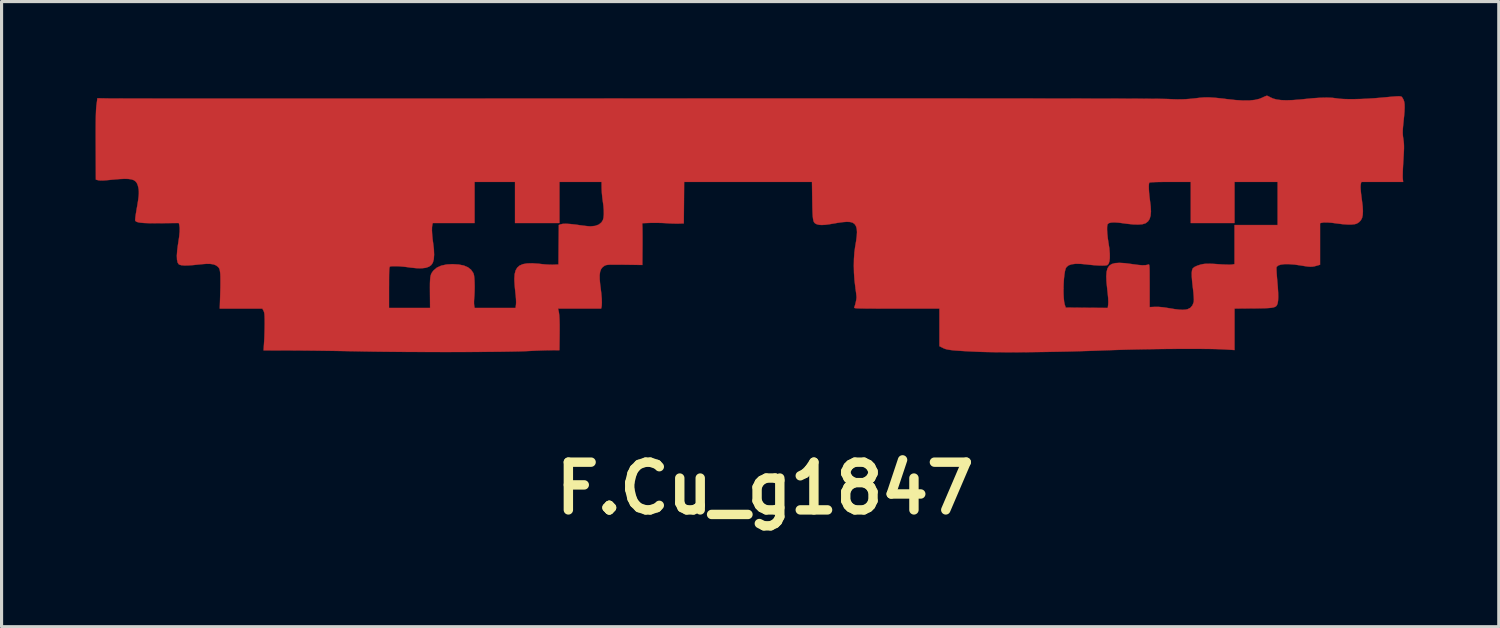
<source format=kicad_pcb>
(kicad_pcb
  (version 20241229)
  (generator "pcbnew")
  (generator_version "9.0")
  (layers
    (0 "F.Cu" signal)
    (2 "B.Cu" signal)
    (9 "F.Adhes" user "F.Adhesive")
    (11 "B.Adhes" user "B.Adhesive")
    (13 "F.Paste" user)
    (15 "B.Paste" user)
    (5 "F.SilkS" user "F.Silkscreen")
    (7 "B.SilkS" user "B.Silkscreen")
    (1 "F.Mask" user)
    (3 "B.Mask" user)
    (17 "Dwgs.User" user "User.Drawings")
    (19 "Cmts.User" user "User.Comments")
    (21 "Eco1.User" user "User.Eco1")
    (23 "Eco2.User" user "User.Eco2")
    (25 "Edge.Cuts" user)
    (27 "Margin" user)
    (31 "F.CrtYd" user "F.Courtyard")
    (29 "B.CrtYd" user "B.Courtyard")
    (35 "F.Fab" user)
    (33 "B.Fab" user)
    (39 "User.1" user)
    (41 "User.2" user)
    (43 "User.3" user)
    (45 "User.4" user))
  (footprint "F.Cu_g1847"
    (layer "F.Cu")
    (at 21.369 12.536)
    (property "Reference" "F.Cu_g1847" (at 0 0 0) (layer "F.SilkS") (effects (font (size 1.524 1.524) (thickness 0.3))))
    (attr through_hole)
    (fp_poly (pts (xy 16.05 -12.521) (xy 16.101 -12.496) (xy 16.119 -12.485) (xy 16.215 -12.441) (xy 16.331 -12.409) (xy 16.472 -12.391) (xy 16.641 -12.385) (xy 16.841 -12.391) (xy 17.076 -12.409) (xy 17.24 -12.426) (xy 17.496 -12.451) (xy 17.728 -12.466) (xy 17.932 -12.47) (xy 18.105 -12.464) (xy 18.241 -12.447) (xy 18.246 -12.446) (xy 18.344 -12.433) (xy 18.478 -12.425) (xy 18.641 -12.421) (xy 18.828 -12.422) (xy 19.031 -12.427) (xy 19.245 -12.437) (xy 19.464 -12.451) (xy 19.622 -12.464) (xy 19.809 -12.481) (xy 19.959 -12.495) (xy 20.075 -12.505) (xy 20.163 -12.511) (xy 20.228 -12.513) (xy 20.272 -12.511) (xy 20.302 -12.506) (xy 20.321 -12.496) (xy 20.334 -12.482) (xy 20.346 -12.464) (xy 20.355 -12.45) (xy 20.383 -12.398) (xy 20.403 -12.336) (xy 20.414 -12.258) (xy 20.416 -12.158) (xy 20.411 -12.031) (xy 20.398 -11.872) (xy 20.386 -11.758) (xy 20.371 -11.614) (xy 20.361 -11.503) (xy 20.356 -11.417) (xy 20.355 -11.345) (xy 20.358 -11.28) (xy 20.365 -11.212) (xy 20.375 -11.147) (xy 20.385 -11.072) (xy 20.392 -11.003) (xy 20.395 -10.93) (xy 20.395 -10.846) (xy 20.391 -10.743) (xy 20.384 -10.612) (xy 20.375 -10.47) (xy 20.367 -10.326) (xy 20.36 -10.189) (xy 20.356 -10.068) (xy 20.354 -9.97) (xy 20.355 -9.904) (xy 20.356 -9.89) (xy 20.368 -9.779) (xy 19.034 -9.779) (xy 19.021 -9.731) (xy 19.012 -9.681) (xy 19.009 -9.617) (xy 19.013 -9.532) (xy 19.023 -9.421) (xy 19.041 -9.277) (xy 19.053 -9.186) (xy 19.076 -8.999) (xy 19.084 -8.847) (xy 19.078 -8.725) (xy 19.057 -8.63) (xy 19.018 -8.555) (xy 18.961 -8.495) (xy 18.891 -8.45) (xy 18.824 -8.43) (xy 18.723 -8.42) (xy 18.593 -8.42) (xy 18.442 -8.43) (xy 18.275 -8.451) (xy 18.251 -8.454) (xy 18.084 -8.476) (xy 17.941 -8.486) (xy 17.829 -8.485) (xy 17.764 -8.474) (xy 17.716 -8.462) (xy 17.716 -7.136) (xy 17.602 -7.103) (xy 17.535 -7.085) (xy 17.474 -7.075) (xy 17.411 -7.072) (xy 17.334 -7.077) (xy 17.236 -7.091) (xy 17.106 -7.112) (xy 17.094 -7.114) (xy 16.899 -7.142) (xy 16.726 -7.155) (xy 16.58 -7.155) (xy 16.463 -7.14) (xy 16.379 -7.111) (xy 16.332 -7.069) (xy 16.327 -7.058) (xy 16.324 -7.026) (xy 16.326 -6.96) (xy 16.331 -6.866) (xy 16.339 -6.754) (xy 16.348 -6.649) (xy 16.367 -6.43) (xy 16.378 -6.25) (xy 16.381 -6.105) (xy 16.376 -5.993) (xy 16.363 -5.91) (xy 16.355 -5.884) (xy 16.339 -5.846) (xy 16.316 -5.815) (xy 16.281 -5.792) (xy 16.231 -5.774) (xy 16.159 -5.761) (xy 16.063 -5.753) (xy 15.936 -5.747) (xy 15.776 -5.744) (xy 15.642 -5.743) (xy 15.494 -5.742) (xy 15.357 -5.741) (xy 15.237 -5.74) (xy 15.142 -5.739) (xy 15.077 -5.738) (xy 15.055 -5.738) (xy 14.986 -5.736) (xy 14.986 -4.413) (xy 14.706 -4.431) (xy 14.569 -4.438) (xy 14.394 -4.444) (xy 14.187 -4.448) (xy 13.95 -4.45) (xy 13.688 -4.451) (xy 13.407 -4.451) (xy 13.11 -4.45) (xy 12.802 -4.448) (xy 12.487 -4.444) (xy 12.17 -4.439) (xy 11.856 -4.433) (xy 11.548 -4.426) (xy 11.251 -4.417) (xy 10.97 -4.408) (xy 10.858 -4.404) (xy 10.492 -4.39) (xy 10.117 -4.379) (xy 9.738 -4.368) (xy 9.36 -4.36) (xy 8.986 -4.353) (xy 8.622 -4.348) (xy 8.271 -4.344) (xy 7.939 -4.342) (xy 7.628 -4.343) (xy 7.345 -4.345) (xy 7.092 -4.349) (xy 6.875 -4.355) (xy 6.773 -4.359) (xy 6.543 -4.37) (xy 6.351 -4.38) (xy 6.192 -4.39) (xy 6.063 -4.399) (xy 5.96 -4.41) (xy 5.877 -4.421) (xy 5.811 -4.433) (xy 5.758 -4.447) (xy 5.713 -4.464) (xy 5.679 -4.48) (xy 5.567 -4.537) (xy 5.567 -5.736) (xy 4.199 -5.736) (xy 3.925 -5.736) (xy 3.69 -5.736) (xy 3.491 -5.737) (xy 3.326 -5.738) (xy 3.191 -5.739) (xy 3.083 -5.74) (xy 3 -5.743) (xy 2.939 -5.745) (xy 2.895 -5.749) (xy 2.868 -5.753) (xy 2.852 -5.758) (xy 2.846 -5.765) (xy 2.847 -5.772) (xy 2.848 -5.773) (xy 2.874 -5.85) (xy 2.898 -5.943) (xy 2.915 -6.033) (xy 2.921 -6.095) (xy 2.918 -6.144) (xy 2.909 -6.224) (xy 2.896 -6.325) (xy 2.89 -6.373) (xy 9.527 -6.373) (xy 9.528 -6.218) (xy 9.535 -6.075) (xy 9.547 -5.954) (xy 9.566 -5.864) (xy 9.57 -5.853) (xy 9.599 -5.768) (xy 10.27 -5.762) (xy 10.94 -5.757) (xy 10.955 -5.873) (xy 10.958 -5.952) (xy 10.953 -6.07) (xy 10.939 -6.223) (xy 10.922 -6.372) (xy 10.9 -6.588) (xy 10.893 -6.766) (xy 10.903 -6.91) (xy 10.933 -7.021) (xy 10.986 -7.102) (xy 11.065 -7.157) (xy 11.173 -7.187) (xy 11.312 -7.196) (xy 11.485 -7.186) (xy 11.694 -7.159) (xy 11.742 -7.152) (xy 11.907 -7.13) (xy 12.036 -7.119) (xy 12.137 -7.121) (xy 12.213 -7.135) (xy 12.24 -7.144) (xy 12.25 -7.146) (xy 12.258 -7.14) (xy 12.264 -7.122) (xy 12.269 -7.087) (xy 12.272 -7.033) (xy 12.275 -6.953) (xy 12.276 -6.845) (xy 12.276 -6.705) (xy 12.277 -6.527) (xy 12.277 -6.471) (xy 12.277 -5.783) (xy 12.441 -5.791) (xy 12.562 -5.791) (xy 12.707 -5.778) (xy 12.883 -5.751) (xy 12.89 -5.75) (xy 13.07 -5.72) (xy 13.214 -5.703) (xy 13.33 -5.697) (xy 13.423 -5.703) (xy 13.487 -5.716) (xy 13.576 -5.761) (xy 13.643 -5.839) (xy 13.682 -5.94) (xy 13.686 -5.961) (xy 13.689 -6.027) (xy 13.684 -6.129) (xy 13.673 -6.262) (xy 13.654 -6.423) (xy 13.653 -6.431) (xy 13.633 -6.614) (xy 13.622 -6.759) (xy 13.62 -6.871) (xy 13.629 -6.952) (xy 13.647 -7.007) (xy 13.658 -7.024) (xy 13.712 -7.066) (xy 13.798 -7.106) (xy 13.903 -7.14) (xy 13.971 -7.155) (xy 14.039 -7.164) (xy 14.117 -7.168) (xy 14.215 -7.167) (xy 14.339 -7.162) (xy 14.468 -7.153) (xy 14.594 -7.145) (xy 14.71 -7.14) (xy 14.808 -7.138) (xy 14.879 -7.139) (xy 14.908 -7.142) (xy 14.986 -7.156) (xy 14.986 -8.403) (xy 16.362 -8.403) (xy 16.362 -9.779) (xy 14.986 -9.779) (xy 14.986 -8.467) (xy 13.589 -8.467) (xy 13.589 -9.779) (xy 12.934 -9.779) (xy 12.735 -9.779) (xy 12.575 -9.777) (xy 12.451 -9.774) (xy 12.361 -9.77) (xy 12.302 -9.765) (xy 12.27 -9.758) (xy 12.264 -9.754) (xy 12.254 -9.714) (xy 12.25 -9.641) (xy 12.252 -9.543) (xy 12.259 -9.429) (xy 12.271 -9.307) (xy 12.286 -9.192) (xy 12.31 -8.994) (xy 12.318 -8.831) (xy 12.306 -8.7) (xy 12.276 -8.598) (xy 12.226 -8.521) (xy 12.156 -8.466) (xy 12.139 -8.457) (xy 12.05 -8.43) (xy 11.924 -8.419) (xy 11.765 -8.422) (xy 11.575 -8.441) (xy 11.478 -8.454) (xy 11.297 -8.478) (xy 11.154 -8.488) (xy 11.048 -8.483) (xy 10.975 -8.464) (xy 10.936 -8.43) (xy 10.93 -8.417) (xy 10.919 -8.349) (xy 10.918 -8.248) (xy 10.925 -8.123) (xy 10.94 -7.983) (xy 10.962 -7.837) (xy 10.963 -7.833) (xy 10.991 -7.651) (xy 11.004 -7.49) (xy 11.005 -7.352) (xy 10.992 -7.243) (xy 10.966 -7.166) (xy 10.927 -7.125) (xy 10.919 -7.122) (xy 10.859 -7.112) (xy 10.766 -7.109) (xy 10.645 -7.112) (xy 10.507 -7.121) (xy 10.358 -7.135) (xy 10.277 -7.145) (xy 10.077 -7.164) (xy 9.913 -7.166) (xy 9.785 -7.15) (xy 9.689 -7.116) (xy 9.625 -7.063) (xy 9.598 -7.018) (xy 9.575 -6.937) (xy 9.556 -6.823) (xy 9.541 -6.685) (xy 9.532 -6.532) (xy 9.527 -6.373) (xy 2.89 -6.373) (xy 2.881 -6.436) (xy 2.879 -6.452) (xy 2.855 -6.656) (xy 2.84 -6.877) (xy 2.835 -7.103) (xy 2.839 -7.324) (xy 2.853 -7.526) (xy 2.876 -7.7) (xy 2.877 -7.706) (xy 2.909 -7.897) (xy 2.929 -8.053) (xy 2.936 -8.178) (xy 2.929 -8.277) (xy 2.909 -8.353) (xy 2.876 -8.414) (xy 2.846 -8.446) (xy 2.792 -8.481) (xy 2.714 -8.501) (xy 2.611 -8.506) (xy 2.476 -8.496) (xy 2.308 -8.472) (xy 2.23 -8.458) (xy 2.058 -8.429) (xy 1.921 -8.411) (xy 1.813 -8.405) (xy 1.728 -8.41) (xy 1.66 -8.426) (xy 1.643 -8.433) (xy 1.609 -8.449) (xy 1.582 -8.471) (xy 1.56 -8.501) (xy 1.544 -8.546) (xy 1.532 -8.61) (xy 1.523 -8.696) (xy 1.517 -8.81) (xy 1.512 -8.956) (xy 1.509 -9.138) (xy 1.508 -9.192) (xy 1.499 -9.779) (xy -2.582 -9.779) (xy -2.587 -9.118) (xy -2.593 -8.456) (xy -2.738 -8.45) (xy -2.82 -8.449) (xy -2.928 -8.451) (xy -3.048 -8.456) (xy -3.14 -8.462) (xy -3.275 -8.469) (xy -3.429 -8.473) (xy -3.579 -8.473) (xy -3.659 -8.472) (xy -3.92 -8.462) (xy -3.914 -8.332) (xy -3.913 -8.274) (xy -3.912 -8.182) (xy -3.911 -8.063) (xy -3.911 -7.924) (xy -3.911 -7.773) (xy -3.912 -7.666) (xy -3.916 -7.129) (xy -4.482 -7.137) (xy -4.654 -7.139) (xy -4.788 -7.139) (xy -4.891 -7.139) (xy -4.968 -7.137) (xy -5.024 -7.132) (xy -5.064 -7.126) (xy -5.093 -7.117) (xy -5.117 -7.106) (xy -5.118 -7.106) (xy -5.185 -7.058) (xy -5.233 -6.996) (xy -5.264 -6.913) (xy -5.278 -6.807) (xy -5.277 -6.671) (xy -5.262 -6.502) (xy -5.25 -6.414) (xy -5.227 -6.225) (xy -5.212 -6.061) (xy -5.208 -5.926) (xy -5.213 -5.825) (xy -5.22 -5.784) (xy -5.233 -5.736) (xy -6.609 -5.736) (xy -6.593 -5.678) (xy -6.578 -5.605) (xy -6.567 -5.508) (xy -6.56 -5.384) (xy -6.556 -5.228) (xy -6.556 -5.036) (xy -6.557 -4.877) (xy -6.563 -4.409) (xy -6.864 -4.407) (xy -6.99 -4.405) (xy -7.143 -4.4) (xy -7.309 -4.394) (xy -7.472 -4.386) (xy -7.567 -4.381) (xy -7.683 -4.376) (xy -7.837 -4.371) (xy -8.027 -4.367) (xy -8.248 -4.363) (xy -8.496 -4.359) (xy -8.769 -4.357) (xy -9.061 -4.354) (xy -9.371 -4.352) (xy -9.693 -4.351) (xy -10.025 -4.35) (xy -10.363 -4.35) (xy -10.702 -4.351) (xy -11.04 -4.352) (xy -11.373 -4.353) (xy -11.696 -4.355) (xy -12.007 -4.358) (xy -12.302 -4.361) (xy -12.577 -4.365) (xy -12.828 -4.369) (xy -12.912 -4.371) (xy -13.177 -4.376) (xy -13.459 -4.381) (xy -13.749 -4.386) (xy -14.04 -4.39) (xy -14.323 -4.394) (xy -14.59 -4.397) (xy -14.833 -4.399) (xy -15.044 -4.4) (xy -15.099 -4.401) (xy -16.006 -4.403) (xy -15.988 -4.673) (xy -15.981 -4.798) (xy -15.976 -4.949) (xy -15.972 -5.106) (xy -15.97 -5.252) (xy -15.97 -5.271) (xy -15.971 -5.402) (xy -15.974 -5.498) (xy -15.979 -5.567) (xy -15.988 -5.616) (xy -16.001 -5.653) (xy -16.008 -5.667) (xy -16.045 -5.736) (xy -17.404 -5.736) (xy -17.389 -6.222) (xy -17.385 -6.372) (xy -17.384 -6.411) (xy -12.002 -6.411) (xy -12.002 -5.757) (xy -10.691 -5.757) (xy -10.695 -6.239) (xy -10.696 -6.413) (xy -10.695 -6.551) (xy -10.69 -6.659) (xy -10.682 -6.742) (xy -10.668 -6.806) (xy -10.648 -6.858) (xy -10.62 -6.903) (xy -10.585 -6.948) (xy -10.578 -6.956) (xy -10.472 -7.045) (xy -10.334 -7.107) (xy -10.163 -7.144) (xy -9.981 -7.154) (xy -9.781 -7.143) (xy -9.616 -7.111) (xy -9.484 -7.055) (xy -9.384 -6.977) (xy -9.313 -6.874) (xy -9.303 -6.851) (xy -9.288 -6.792) (xy -9.278 -6.7) (xy -9.271 -6.582) (xy -9.268 -6.448) (xy -9.27 -6.304) (xy -9.276 -6.16) (xy -9.284 -6.062) (xy -9.289 -5.973) (xy -9.289 -5.89) (xy -9.283 -5.833) (xy -9.269 -5.757) (xy -7.962 -5.757) (xy -7.948 -5.868) (xy -7.945 -5.937) (xy -7.948 -6.035) (xy -7.957 -6.151) (xy -7.968 -6.248) (xy -7.981 -6.371) (xy -7.992 -6.499) (xy -7.999 -6.615) (xy -8.001 -6.692) (xy -7.991 -6.835) (xy -7.962 -6.951) (xy -7.91 -7.042) (xy -7.834 -7.109) (xy -7.729 -7.154) (xy -7.595 -7.178) (xy -7.428 -7.182) (xy -7.225 -7.168) (xy -7.123 -7.156) (xy -7.009 -7.145) (xy -6.89 -7.138) (xy -6.784 -7.136) (xy -6.752 -7.137) (xy -6.593 -7.144) (xy -6.588 -7.774) (xy -6.582 -8.404) (xy -6.528 -8.425) (xy -6.458 -8.44) (xy -6.354 -8.444) (xy -6.216 -8.436) (xy -6.04 -8.416) (xy -5.948 -8.403) (xy -5.833 -8.387) (xy -5.725 -8.374) (xy -5.634 -8.365) (xy -5.572 -8.361) (xy -5.567 -8.361) (xy -5.421 -8.376) (xy -5.304 -8.419) (xy -5.218 -8.491) (xy -5.173 -8.567) (xy -5.154 -8.641) (xy -5.145 -8.747) (xy -5.147 -8.877) (xy -5.158 -9.021) (xy -5.178 -9.165) (xy -5.194 -9.285) (xy -5.207 -9.422) (xy -5.214 -9.549) (xy -5.215 -9.573) (xy -5.217 -9.779) (xy -6.562 -9.779) (xy -6.562 -8.467) (xy -7.98 -8.467) (xy -7.98 -9.779) (xy -9.271 -9.779) (xy -9.271 -8.467) (xy -10.604 -8.467) (xy -10.62 -8.408) (xy -10.63 -8.336) (xy -10.632 -8.23) (xy -10.625 -8.098) (xy -10.611 -7.95) (xy -10.595 -7.837) (xy -10.57 -7.63) (xy -10.563 -7.455) (xy -10.573 -7.313) (xy -10.602 -7.207) (xy -10.604 -7.201) (xy -10.653 -7.128) (xy -10.726 -7.074) (xy -10.826 -7.039) (xy -10.956 -7.023) (xy -11.117 -7.025) (xy -11.314 -7.045) (xy -11.403 -7.058) (xy -11.524 -7.073) (xy -11.648 -7.084) (xy -11.765 -7.09) (xy -11.865 -7.09) (xy -11.939 -7.085) (xy -11.968 -7.078) (xy -11.978 -7.07) (xy -11.985 -7.053) (xy -11.991 -7.02) (xy -11.995 -6.97) (xy -11.998 -6.895) (xy -12 -6.794) (xy -12.001 -6.66) (xy -12.001 -6.491) (xy -12.002 -6.411) (xy -17.384 -6.411) (xy -17.383 -6.518) (xy -17.383 -6.65) (xy -17.384 -6.761) (xy -17.387 -6.841) (xy -17.389 -6.862) (xy -17.4 -6.947) (xy -17.414 -7.003) (xy -17.438 -7.043) (xy -17.466 -7.073) (xy -17.528 -7.118) (xy -17.605 -7.148) (xy -17.703 -7.163) (xy -17.827 -7.165) (xy -17.984 -7.153) (xy -18.053 -7.146) (xy -18.254 -7.125) (xy -18.417 -7.114) (xy -18.544 -7.113) (xy -18.637 -7.122) (xy -18.698 -7.142) (xy -18.714 -7.152) (xy -18.749 -7.206) (xy -18.769 -7.298) (xy -18.774 -7.425) (xy -18.763 -7.585) (xy -18.738 -7.778) (xy -18.732 -7.814) (xy -18.701 -8.022) (xy -18.684 -8.192) (xy -18.683 -8.322) (xy -18.696 -8.409) (xy -18.712 -8.468) (xy -19.289 -8.462) (xy -19.503 -8.461) (xy -19.678 -8.463) (xy -19.818 -8.468) (xy -19.926 -8.477) (xy -20.005 -8.49) (xy -20.059 -8.507) (xy -20.092 -8.529) (xy -20.103 -8.546) (xy -20.104 -8.578) (xy -20.098 -8.643) (xy -20.086 -8.733) (xy -20.069 -8.84) (xy -20.059 -8.899) (xy -20.029 -9.072) (xy -20.007 -9.21) (xy -19.993 -9.32) (xy -19.987 -9.409) (xy -19.987 -9.482) (xy -19.993 -9.547) (xy -20.002 -9.594) (xy -20.023 -9.678) (xy -20.052 -9.745) (xy -20.093 -9.797) (xy -20.149 -9.836) (xy -20.224 -9.861) (xy -20.323 -9.875) (xy -20.449 -9.878) (xy -20.606 -9.871) (xy -20.798 -9.855) (xy -20.948 -9.84) (xy -21.1 -9.827) (xy -21.212 -9.825) (xy -21.282 -9.833) (xy -21.359 -9.853) (xy -21.363 -10.933) (xy -21.364 -11.203) (xy -21.364 -11.434) (xy -21.363 -11.63) (xy -21.361 -11.794) (xy -21.358 -11.93) (xy -21.354 -12.042) (xy -21.349 -12.132) (xy -21.342 -12.204) (xy -21.339 -12.231) (xy -21.31 -12.45) (xy -20.905 -12.443) (xy -20.863 -12.443) (xy -20.78 -12.443) (xy -20.657 -12.443) (xy -20.495 -12.442) (xy -20.294 -12.442) (xy -20.057 -12.442) (xy -19.783 -12.442) (xy -19.474 -12.441) (xy -19.132 -12.441) (xy -18.756 -12.441) (xy -18.349 -12.441) (xy -17.911 -12.441) (xy -17.443 -12.441) (xy -16.947 -12.441) (xy -16.423 -12.441) (xy -15.872 -12.441) (xy -15.296 -12.441) (xy -14.695 -12.441) (xy -14.071 -12.441) (xy -13.424 -12.441) (xy -12.756 -12.441) (xy -12.068 -12.441) (xy -11.361 -12.441) (xy -10.635 -12.441) (xy -9.892 -12.441) (xy -9.133 -12.441) (xy -8.359 -12.442) (xy -7.571 -12.442) (xy -6.77 -12.442) (xy -5.958 -12.442) (xy -5.134 -12.442) (xy -4.301 -12.443) (xy -4.032 -12.443) (xy -2.91 -12.443) (xy -1.83 -12.444) (xy -0.792 -12.444) (xy 0.205 -12.444) (xy 1.162 -12.444) (xy 2.077 -12.444) (xy 2.953 -12.444) (xy 3.789 -12.444) (xy 4.585 -12.444) (xy 5.343 -12.444) (xy 6.061 -12.444) (xy 6.742 -12.443) (xy 7.384 -12.443) (xy 7.989 -12.443) (xy 8.557 -12.442) (xy 9.087 -12.441) (xy 9.581 -12.441) (xy 10.04 -12.44) (xy 10.462 -12.439) (xy 10.849 -12.439) (xy 11.201 -12.438) (xy 11.518 -12.437) (xy 11.801 -12.436) (xy 12.05 -12.435) (xy 12.265 -12.433) (xy 12.447 -12.432) (xy 12.596 -12.431) (xy 12.713 -12.429) (xy 12.798 -12.428) (xy 12.851 -12.426) (xy 12.859 -12.426) (xy 13.024 -12.418) (xy 13.165 -12.414) (xy 13.294 -12.415) (xy 13.422 -12.42) (xy 13.56 -12.43) (xy 13.717 -12.446) (xy 13.895 -12.467) (xy 14.031 -12.477) (xy 14.19 -12.476) (xy 14.378 -12.464) (xy 14.6 -12.441) (xy 14.732 -12.424) (xy 15.011 -12.393) (xy 15.252 -12.378) (xy 15.46 -12.379) (xy 15.635 -12.397) (xy 15.779 -12.431) (xy 15.865 -12.466) (xy 15.935 -12.499) (xy 15.99 -12.522) (xy 16.019 -12.531) (xy 16.019 -12.531) (xy 16.05 -12.521)) (stroke (width 0.01) (type solid)) (fill yes) (layer "F.Cu")))
  (gr_rect
    (start -3 -3)
    (end 44.79 16.954)
    (stroke (width 0.1) (type default))
    (fill no)
    (layer "Edge.Cuts")))
</source>
